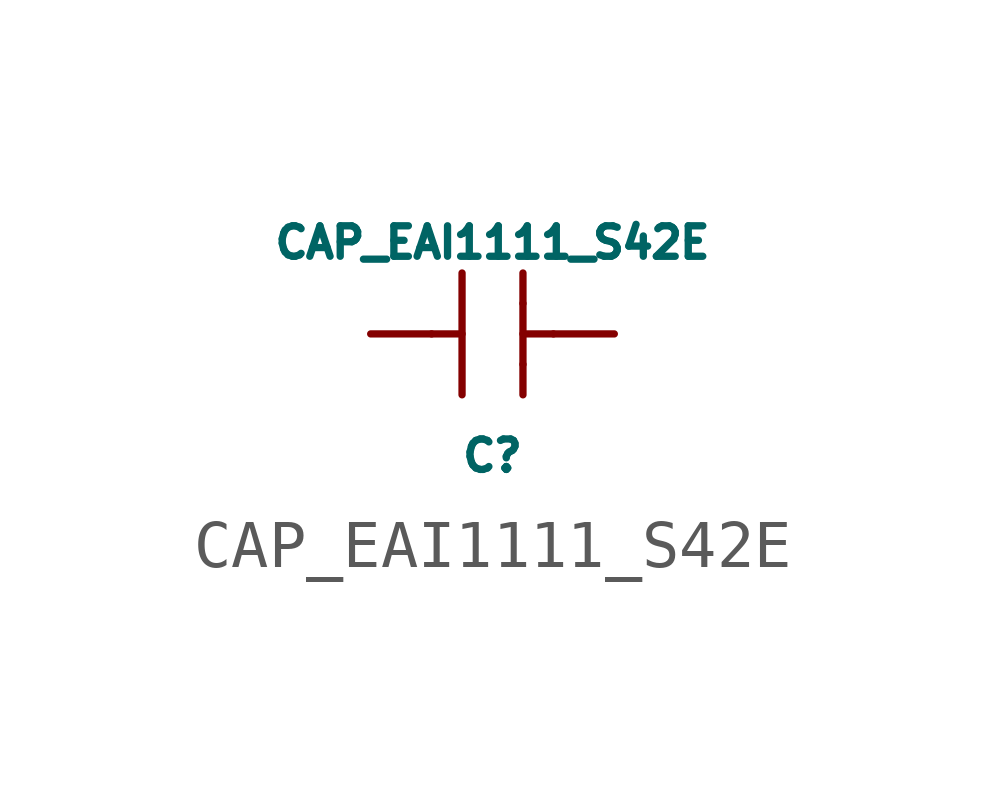
<source format=kicad_sym>
(kicad_symbol_lib
  (version 20241209)
  (generator "kicad_symbol_editor")
  (generator_version "9.0")
  (symbol "CAP_EAI1111_S42E"
    (pin_numbers
      (hide yes))
    (pin_names
      (offset 0)
      (hide yes))
    (property "Reference" "C"
      (at 0 -2.54 0)
      (effects (font (size 0.635 0.635))))
    (property "Value" "CAP_EAI1111_S42E"
      (at 0 1.905 0)
      (effects (font (size 0.635 0.635))))
    (property "Datasheet" ""
      (at 0 0 0)
      (effects (font (size 1.524 1.524))))
    (symbol "CAP_EAI1111_S42E_0_1"
      (polyline (pts (xy -1.27 0) (xy -0.635 0)) (stroke (width 0) (type default)) (fill (type none)))
      (polyline (pts (xy -0.635 -1.27) (xy -0.635 1.27)) (stroke (width 0) (type default)) (fill (type none)))
      (polyline (pts (xy 0.635 1.27) (xy 0.635 0.635)) (stroke (width 0) (type default)) (fill (type none)))
      (polyline (pts (xy 0.635 0.635) (xy 0.635 -0.635)) (stroke (width 0) (type default)) (fill (type none)))
      (polyline (pts (xy 0.635 -1.27) (xy 0.635 -0.635)) (stroke (width 0) (type default)) (fill (type none)))
      (polyline (pts (xy 1.27 0) (xy 0.635 0)) (stroke (width 0) (type default)) (fill (type none))))
    (symbol "CAP_EAI1111_S42E_1_1"
      (pin passive line (at -2.54 0 0) (length 1.27) (name "~" (effects (font (size 0.635 0.635)))) (number "1" (effects (font (size 0.635 0.635)))))
      (pin passive line (at 2.54 0 180) (length 1.27) (name "~" (effects (font (size 0.635 0.635)))) (number "2" (effects (font (size 0.635 0.635))))))))
</source>
